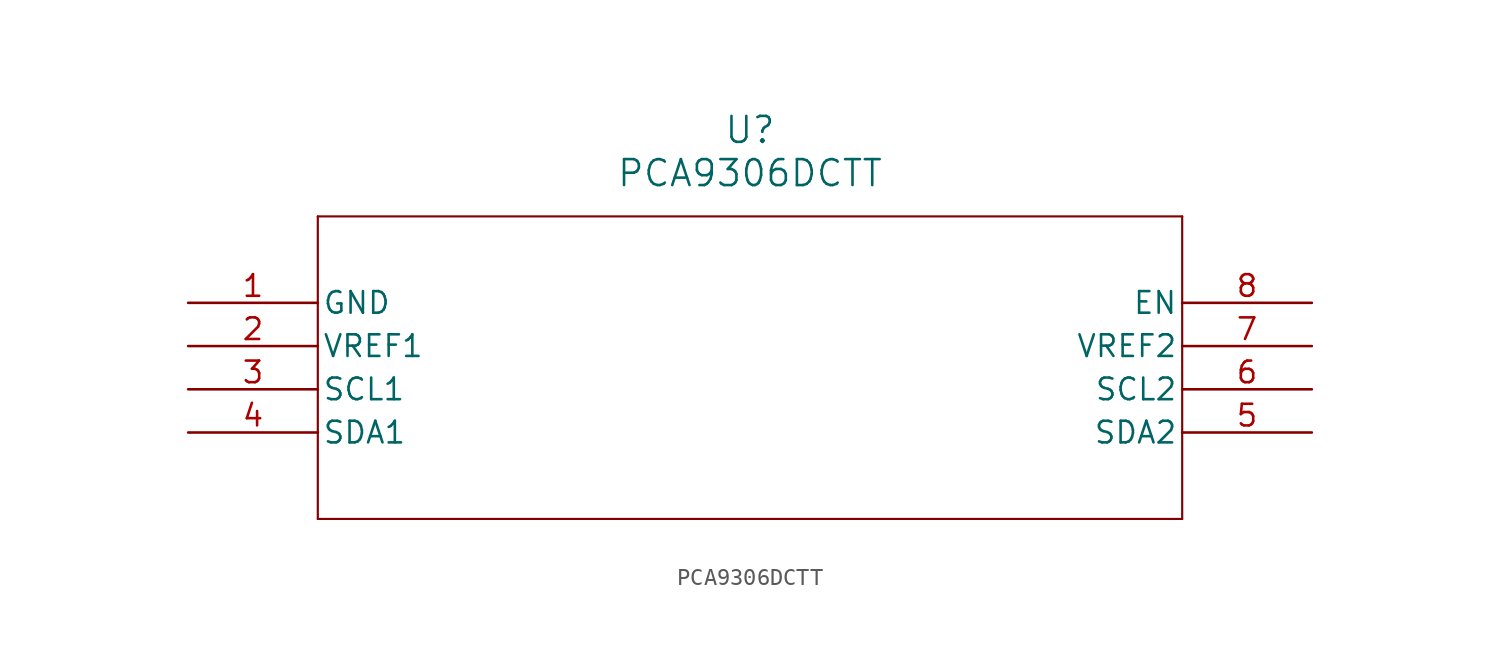
<source format=kicad_sym>
(kicad_symbol_lib
  (version 20211014)
  (generator kicad_symbol_editor)
  (symbol "PCA9306DCTT"
    (pin_names
      (offset 0.254))
    (property "Reference" "U"
      (at 33.02 10.16 0)
      (effects (font (size 1.524 1.524))))
    (property "Value" "PCA9306DCTT"
      (at 33.02 7.62 0)
      (effects (font (size 1.524 1.524))))
    (symbol "PCA9306DCTT_0_1"
      (polyline (pts (xy 7.62 5.08) (xy 7.62 -12.7)) (stroke (width 0.127) (type default) (color 0 0 0 0)) (fill (type none)))
      (polyline (pts (xy 7.62 -12.7) (xy 58.42 -12.7)) (stroke (width 0.127) (type default) (color 0 0 0 0)) (fill (type none)))
      (polyline (pts (xy 58.42 -12.7) (xy 58.42 5.08)) (stroke (width 0.127) (type default) (color 0 0 0 0)) (fill (type none)))
      (polyline (pts (xy 58.42 5.08) (xy 7.62 5.08)) (stroke (width 0.127) (type default) (color 0 0 0 0)) (fill (type none)))
      (pin power_in line (at 0 0 0) (length 7.62) (name "GND" (effects (font (size 1.27 1.27)))) (number "1" (effects (font (size 1.27 1.27)))))
      (pin power_in line (at 0 -2.54 0) (length 7.62) (name "VREF1" (effects (font (size 1.27 1.27)))) (number "2" (effects (font (size 1.27 1.27)))))
      (pin unspecified line (at 0 -5.08 0) (length 7.62) (name "SCL1" (effects (font (size 1.27 1.27)))) (number "3" (effects (font (size 1.27 1.27)))))
      (pin unspecified line (at 0 -7.62 0) (length 7.62) (name "SDA1" (effects (font (size 1.27 1.27)))) (number "4" (effects (font (size 1.27 1.27)))))
      (pin unspecified line (at 66.04 -7.62 180) (length 7.62) (name "SDA2" (effects (font (size 1.27 1.27)))) (number "5" (effects (font (size 1.27 1.27)))))
      (pin unspecified line (at 66.04 -5.08 180) (length 7.62) (name "SCL2" (effects (font (size 1.27 1.27)))) (number "6" (effects (font (size 1.27 1.27)))))
      (pin power_in line (at 66.04 -2.54 180) (length 7.62) (name "VREF2" (effects (font (size 1.27 1.27)))) (number "7" (effects (font (size 1.27 1.27)))))
      (pin unspecified line (at 66.04 0 180) (length 7.62) (name "EN" (effects (font (size 1.27 1.27)))) (number "8" (effects (font (size 1.27 1.27))))))))
</source>
